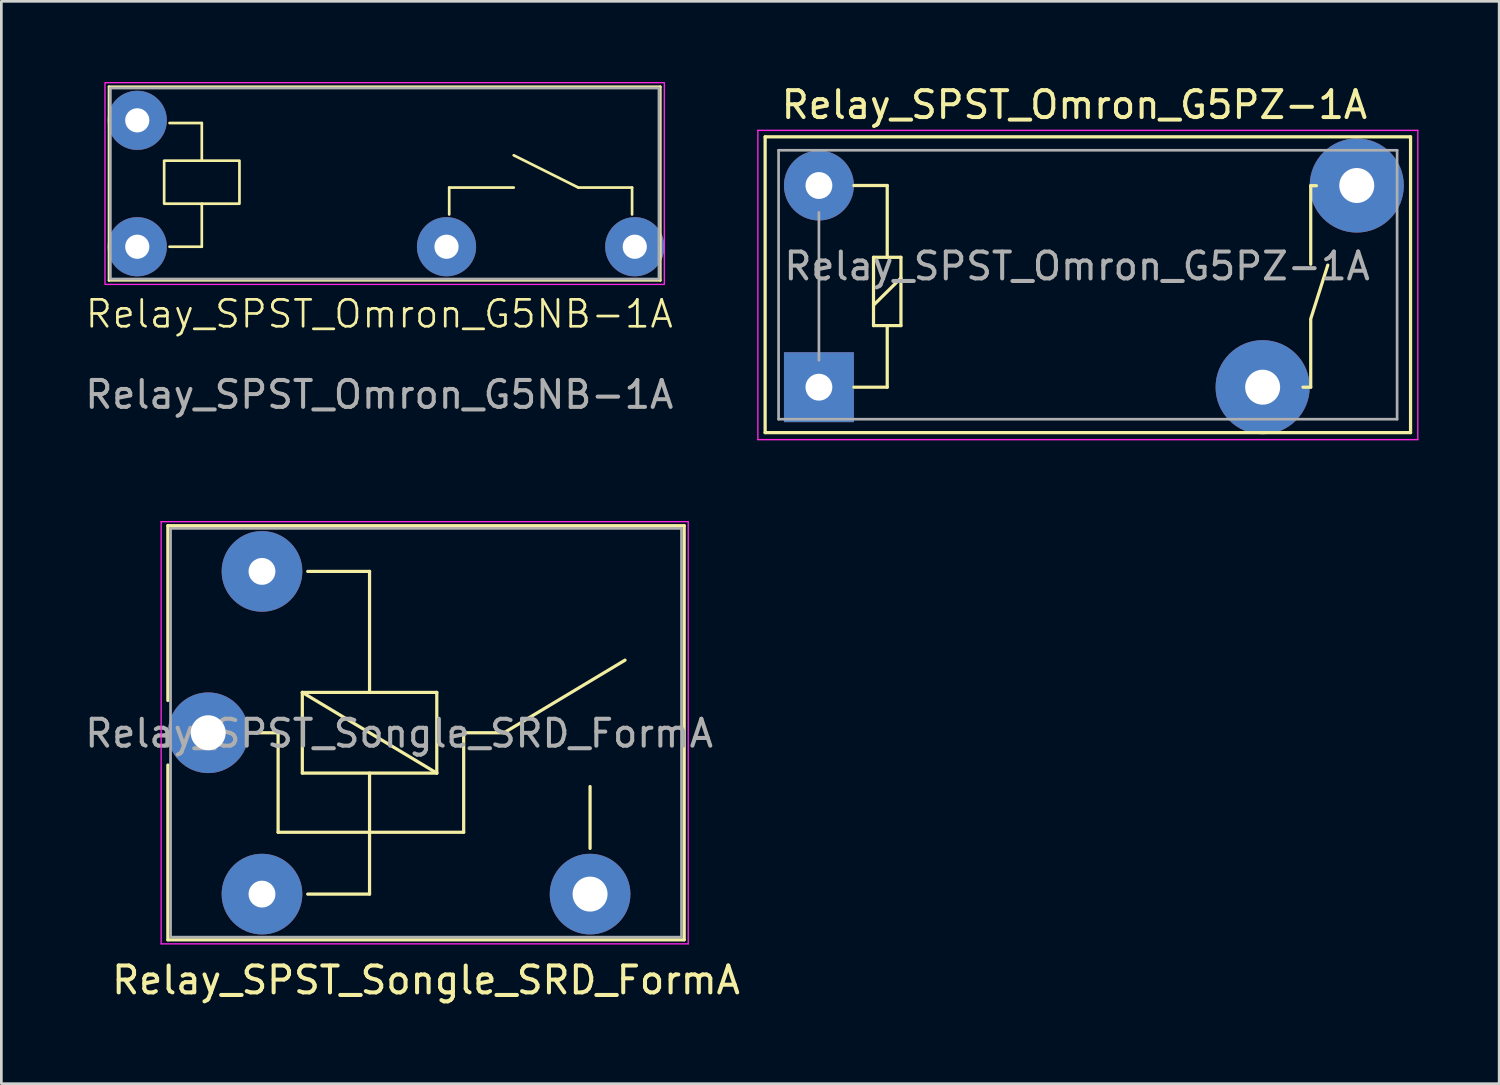
<source format=kicad_pcb>
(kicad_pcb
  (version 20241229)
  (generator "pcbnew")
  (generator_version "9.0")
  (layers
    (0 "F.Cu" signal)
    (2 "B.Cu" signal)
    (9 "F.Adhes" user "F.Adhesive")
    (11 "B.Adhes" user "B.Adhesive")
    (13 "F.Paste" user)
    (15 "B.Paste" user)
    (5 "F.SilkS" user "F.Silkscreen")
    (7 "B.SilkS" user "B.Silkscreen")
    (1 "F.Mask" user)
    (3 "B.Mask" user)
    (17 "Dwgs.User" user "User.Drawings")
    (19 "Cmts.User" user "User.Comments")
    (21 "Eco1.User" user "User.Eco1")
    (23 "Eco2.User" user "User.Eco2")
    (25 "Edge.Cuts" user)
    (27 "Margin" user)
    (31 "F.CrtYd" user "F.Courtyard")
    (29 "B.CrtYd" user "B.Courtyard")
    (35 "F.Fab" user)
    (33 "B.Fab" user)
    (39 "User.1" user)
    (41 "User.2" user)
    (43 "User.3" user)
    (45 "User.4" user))
  (footprint "Relay_SPST_Omron_G5PZ-1A"
    (layer "F.Cu")
    (at 27.402 11.348)
    (property "Reference" "Relay_SPST_Omron_G5PZ-1A" (at 9.5 -10.5 180) (layer "F.SilkS") (effects (font (size 1 1) (thickness 0.15))))
    (attr through_hole)
    (fp_line (start -2 -9.31) (end 22 -9.31) (stroke (width 0.12) (type solid)) (layer "F.SilkS"))
    (fp_line (start -2 1.69) (end -2 -9.31) (stroke (width 0.12) (type solid)) (layer "F.SilkS"))
    (fp_line (start -2 1.69) (end 22 1.69) (stroke (width 0.12) (type solid)) (layer "F.SilkS"))
    (fp_line (start 1.3 0) (end 2.54 0) (stroke (width 0.12) (type solid)) (layer "F.SilkS"))
    (fp_line (start 2.03 -4.83) (end 2.54 -4.83) (stroke (width 0.12) (type solid)) (layer "F.SilkS"))
    (fp_line (start 2.03 -3.05) (end 3.05 -4.06) (stroke (width 0.12) (type solid)) (layer "F.SilkS"))
    (fp_line (start 2.03 -2.29) (end 2.03 -4.83) (stroke (width 0.12) (type solid)) (layer "F.SilkS"))
    (fp_line (start 2.54 -7.5) (end 1.3 -7.5) (stroke (width 0.12) (type solid)) (layer "F.SilkS"))
    (fp_line (start 2.54 -4.83) (end 2.54 -7.5) (stroke (width 0.12) (type solid)) (layer "F.SilkS"))
    (fp_line (start 2.54 -4.83) (end 3.05 -4.83) (stroke (width 0.12) (type solid)) (layer "F.SilkS"))
    (fp_line (start 2.54 -2.29) (end 2.03 -2.29) (stroke (width 0.12) (type solid)) (layer "F.SilkS"))
    (fp_line (start 2.54 0) (end 2.54 -2.29) (stroke (width 0.12) (type solid)) (layer "F.SilkS"))
    (fp_line (start 3.05 -4.83) (end 3.05 -2.29) (stroke (width 0.12) (type solid)) (layer "F.SilkS"))
    (fp_line (start 3.05 -2.29) (end 2.54 -2.29) (stroke (width 0.12) (type solid)) (layer "F.SilkS"))
    (fp_line (start 18 0) (end 18.288 0) (stroke (width 0.12) (type solid)) (layer "F.SilkS"))
    (fp_line (start 18.288 -7.493) (end 18.288 -4.572) (stroke (width 0.12) (type solid)) (layer "F.SilkS"))
    (fp_line (start 18.288 -7.493) (end 18.5 -7.493) (stroke (width 0.12) (type solid)) (layer "F.SilkS"))
    (fp_line (start 18.288 -2.5) (end 18.288 0) (stroke (width 0.12) (type solid)) (layer "F.SilkS"))
    (fp_line (start 18.923 -4.54) (end 18.288 -2.54) (stroke (width 0.12) (type solid)) (layer "F.SilkS"))
    (fp_line (start 22 1.69) (end 22 -9.31) (stroke (width 0.12) (type solid)) (layer "F.SilkS"))
    (fp_line (start -2.27 -9.55) (end 22.27 -9.55) (stroke (width 0.05) (type solid)) (layer "F.CrtYd"))
    (fp_line (start -2.27 1.95) (end -2.27 -9.55) (stroke (width 0.05) (type solid)) (layer "F.CrtYd"))
    (fp_line (start 22.27 -9.55) (end 22.27 1.95) (stroke (width 0.05) (type solid)) (layer "F.CrtYd"))
    (fp_line (start 22.27 1.95) (end -2.27 1.95) (stroke (width 0.05) (type solid)) (layer "F.CrtYd"))
    (fp_line (start -1.5 -8.81) (end 21.5 -8.81) (stroke (width 0.1) (type solid)) (layer "F.Fab"))
    (fp_line (start -1.5 1.19) (end -1.5 -8.81) (stroke (width 0.1) (type solid)) (layer "F.Fab"))
    (fp_line (start 0 -1) (end 0 -6.5) (stroke (width 0.1) (type solid)) (layer "F.Fab"))
    (fp_line (start 21.5 -8.81) (end 21.5 1.19) (stroke (width 0.1) (type solid)) (layer "F.Fab"))
    (fp_line (start 21.5 1.19) (end -1.5 1.19) (stroke (width 0.1) (type solid)) (layer "F.Fab"))
    (fp_text user "${REFERENCE}" (at 9.6 -4.5 0) (layer "F.Fab") (effects (font (size 1 1) (thickness 0.15))))
    (pad "1" thru_hole rect (at 0 0 180) (size 2.6 2.6) (drill 1) (layers "*.Cu" "*.Mask"))
    (pad "2" thru_hole circle (at 16.5 0 180) (size 3.5 3.5) (drill 1.3) (layers "*.Cu" "*.Mask"))
    (pad "3" thru_hole circle (at 20 -7.5 180) (size 3.5 3.5) (drill 1.3) (layers "*.Cu" "*.Mask"))
    (pad "4" thru_hole circle (at 0 -7.5 180) (size 2.6 2.6) (drill 1) (layers "*.Cu" "*.Mask")))
  (footprint "Relay_SPST_Songle_SRD_FormA"
    (layer "F.Cu")
    (at 4.692 24.198)
    (property "Reference" "Relay_SPST_Songle_SRD_FormA" (at 8.1 9.2 0) (layer "F.SilkS") (effects (font (size 1 1) (thickness 0.15))))
    (attr through_hole)
    (fp_line (start -1.5 -7.7) (end -1.5 -1.2) (stroke (width 0.12) (type solid)) (layer "F.SilkS"))
    (fp_line (start -1.5 -7.7) (end 17.7 -7.7) (stroke (width 0.12) (type solid)) (layer "F.SilkS"))
    (fp_line (start -1.5 1.2) (end -1.5 7.7) (stroke (width 0.12) (type solid)) (layer "F.SilkS"))
    (fp_line (start 2.6 0) (end 1.7 0) (stroke (width 0.12) (type solid)) (layer "F.SilkS"))
    (fp_line (start 2.6 0) (end 2.6 3.7) (stroke (width 0.12) (type solid)) (layer "F.SilkS"))
    (fp_line (start 3.5 -1.5) (end 8.5 -1.5) (stroke (width 0.12) (type solid)) (layer "F.SilkS"))
    (fp_line (start 3.5 1.5) (end 3.5 -1.5) (stroke (width 0.12) (type solid)) (layer "F.SilkS"))
    (fp_line (start 3.7 6) (end 6 6) (stroke (width 0.12) (type solid)) (layer "F.SilkS"))
    (fp_line (start 6 -6) (end 3.7 -6) (stroke (width 0.12) (type solid)) (layer "F.SilkS"))
    (fp_line (start 6 -6) (end 6 -1.5) (stroke (width 0.12) (type solid)) (layer "F.SilkS"))
    (fp_line (start 6 1.5) (end 6 6) (stroke (width 0.12) (type solid)) (layer "F.SilkS"))
    (fp_line (start 8.5 -1.5) (end 8.5 1.5) (stroke (width 0.12) (type solid)) (layer "F.SilkS"))
    (fp_line (start 8.5 1.5) (end 3.5 -1.5) (stroke (width 0.12) (type solid)) (layer "F.SilkS"))
    (fp_line (start 8.5 1.5) (end 3.5 1.5) (stroke (width 0.12) (type solid)) (layer "F.SilkS"))
    (fp_line (start 9.5 0) (end 9.5 3.7) (stroke (width 0.12) (type solid)) (layer "F.SilkS"))
    (fp_line (start 9.5 0) (end 11 0) (stroke (width 0.12) (type solid)) (layer "F.SilkS"))
    (fp_line (start 9.5 3.7) (end 2.6 3.7) (stroke (width 0.12) (type solid)) (layer "F.SilkS"))
    (fp_line (start 11 0) (end 15.5 -2.7) (stroke (width 0.12) (type solid)) (layer "F.SilkS"))
    (fp_line (start 14.2 4.3) (end 14.2 2) (stroke (width 0.12) (type solid)) (layer "F.SilkS"))
    (fp_line (start 17.7 -7.7) (end 17.7 7.7) (stroke (width 0.12) (type solid)) (layer "F.SilkS"))
    (fp_line (start 17.7 7.7) (end -1.5 7.7) (stroke (width 0.12) (type solid)) (layer "F.SilkS"))
    (fp_line (start -1.75 7.85) (end -1.75 -7.85) (stroke (width 0.05) (type solid)) (layer "F.CrtYd"))
    (fp_line (start -1.75 7.85) (end 17.85 7.85) (stroke (width 0.05) (type solid)) (layer "F.CrtYd"))
    (fp_line (start 17.85 -7.85) (end -1.75 -7.85) (stroke (width 0.05) (type solid)) (layer "F.CrtYd"))
    (fp_line (start 17.85 -7.85) (end 17.85 7.85) (stroke (width 0.05) (type solid)) (layer "F.CrtYd"))
    (fp_line (start -1.4 -7.6) (end 17.6 -7.6) (stroke (width 0.1) (type solid)) (layer "F.Fab"))
    (fp_line (start -1.4 7.6) (end -1.4 -7.6) (stroke (width 0.1) (type solid)) (layer "F.Fab"))
    (fp_line (start 17.6 -7.6) (end 17.6 7.6) (stroke (width 0.1) (type solid)) (layer "F.Fab"))
    (fp_line (start 17.6 7.6) (end -1.4 7.6) (stroke (width 0.1) (type solid)) (layer "F.Fab"))
    (fp_text user "${REFERENCE}" (at 7.1 0.025 0) (layer "F.Fab") (effects (font (size 1 1) (thickness 0.15))))
    (pad "11" thru_hole circle (at 0 0) (size 3 3) (drill 1.3) (layers "*.Cu" "*.Mask"))
    (pad "14" thru_hole circle (at 14.2 6) (size 3 3) (drill 1.3) (layers "*.Cu" "*.Mask"))
    (pad "A1" thru_hole circle (at 2 6) (size 3 3) (drill 1) (layers "*.Cu" "*.Mask"))
    (pad "A2" thru_hole circle (at 2 -6) (size 3 3) (drill 1) (layers "*.Cu" "*.Mask")))
  (footprint "Relay_SPST_Omron_G5NB-1A"
    (layer "F.Cu")
    (at 2.054 6.125)
    (property "Reference" "Relay_SPST_Omron_G5NB-1A" (at 9 2.5 0) (unlocked yes) (layer "F.SilkS") (effects (font (size 1 1) (thickness 0.1))))
    (attr through_hole)
    (fp_line (start -1.05 -5.95) (end 19.45 -5.95) (stroke (width 0.1) (type default)) (layer "F.SilkS"))
    (fp_line (start -1.05 1.25) (end -1.05 -5.95) (stroke (width 0.1) (type default)) (layer "F.SilkS"))
    (fp_line (start 2.4 -4.6) (end 1.2 -4.6) (stroke (width 0.1) (type default)) (layer "F.SilkS"))
    (fp_line (start 2.4 -3.2) (end 2.4 -4.6) (stroke (width 0.1) (type default)) (layer "F.SilkS"))
    (fp_line (start 2.4 -1.6) (end 2.4 0) (stroke (width 0.1) (type default)) (layer "F.SilkS"))
    (fp_line (start 2.4 0) (end 1.2 0) (stroke (width 0.1) (type default)) (layer "F.SilkS"))
    (fp_line (start 11.6 -2.2) (end 11.6 -1.2) (stroke (width 0.1) (type default)) (layer "F.SilkS"))
    (fp_line (start 14 -2.2) (end 11.6 -2.2) (stroke (width 0.1) (type default)) (layer "F.SilkS"))
    (fp_line (start 16.4 -2.2) (end 14 -3.4) (stroke (width 0.1) (type default)) (layer "F.SilkS"))
    (fp_line (start 18.4 -2.2) (end 16.4 -2.2) (stroke (width 0.1) (type default)) (layer "F.SilkS"))
    (fp_line (start 18.4 -1.2) (end 18.4 -2.2) (stroke (width 0.1) (type default)) (layer "F.SilkS"))
    (fp_line (start 19.45 -5.95) (end 19.45 1.25) (stroke (width 0.1) (type default)) (layer "F.SilkS"))
    (fp_line (start 19.45 1.25) (end -1.05 1.25) (stroke (width 0.1) (type default)) (layer "F.SilkS"))
    (fp_rect (start 1 -1.6) (end 3.8 -3.2) (stroke (width 0.1) (type default)) (fill no) (layer "F.SilkS"))
    (fp_rect (start -1.2 -6.1) (end 19.6 1.4) (stroke (width 0.05) (type default)) (fill no) (layer "F.CrtYd"))
    (fp_rect (start -1 1.2) (end 19.4 -5.9) (stroke (width 0.1) (type default)) (fill no) (layer "F.Fab"))
    (fp_text user "${REFERENCE}" (at 9 5.5 0) (unlocked yes) (layer "F.Fab") (effects (font (size 1 1) (thickness 0.15))))
    (pad "1" thru_hole circle (at 0 0) (size 2.2 2.2) (drill 0.9) (layers "*.Cu" "*.Mask"))
    (pad "2" thru_hole circle (at 11.5 0) (size 2.2 2.2) (drill 0.9) (layers "*.Cu" "*.Mask"))
    (pad "3" thru_hole circle (at 18.5 0) (size 2.2 2.2) (drill 0.9) (layers "*.Cu" "*.Mask"))
    (pad "4" thru_hole circle (at 0 -4.7) (size 2.2 2.2) (drill 0.9) (layers "*.Cu" "*.Mask")))
  (gr_rect
    (start -3 -3)
    (end 52.697 37.246)
    (stroke (width 0.1) (type default))
    (fill no)
    (layer "Edge.Cuts")))
</source>
